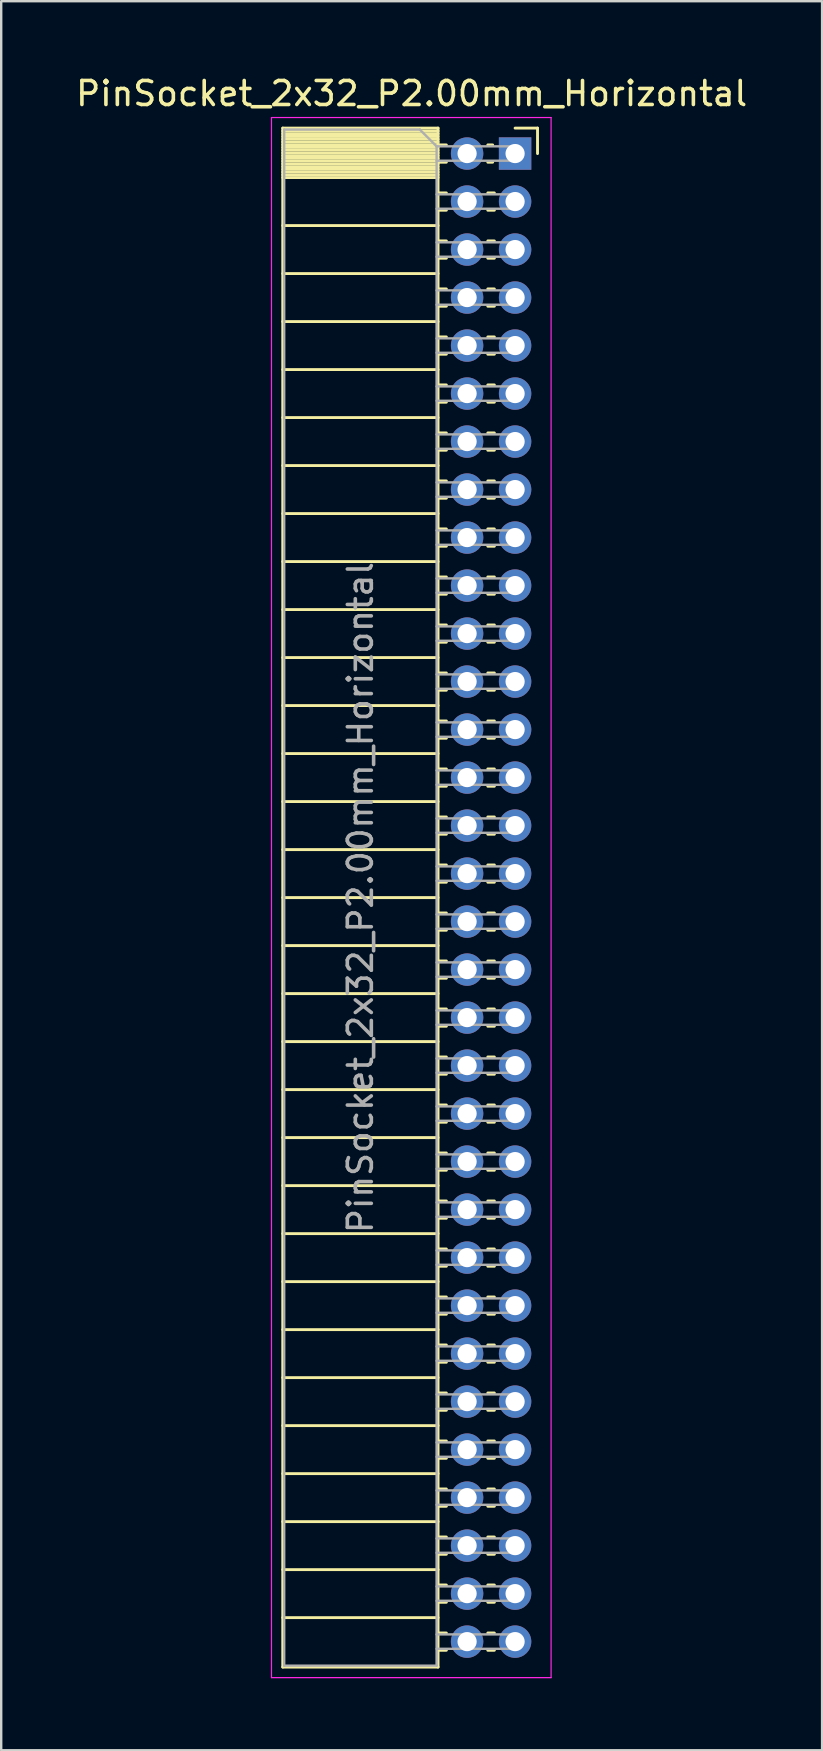
<source format=kicad_pcb>
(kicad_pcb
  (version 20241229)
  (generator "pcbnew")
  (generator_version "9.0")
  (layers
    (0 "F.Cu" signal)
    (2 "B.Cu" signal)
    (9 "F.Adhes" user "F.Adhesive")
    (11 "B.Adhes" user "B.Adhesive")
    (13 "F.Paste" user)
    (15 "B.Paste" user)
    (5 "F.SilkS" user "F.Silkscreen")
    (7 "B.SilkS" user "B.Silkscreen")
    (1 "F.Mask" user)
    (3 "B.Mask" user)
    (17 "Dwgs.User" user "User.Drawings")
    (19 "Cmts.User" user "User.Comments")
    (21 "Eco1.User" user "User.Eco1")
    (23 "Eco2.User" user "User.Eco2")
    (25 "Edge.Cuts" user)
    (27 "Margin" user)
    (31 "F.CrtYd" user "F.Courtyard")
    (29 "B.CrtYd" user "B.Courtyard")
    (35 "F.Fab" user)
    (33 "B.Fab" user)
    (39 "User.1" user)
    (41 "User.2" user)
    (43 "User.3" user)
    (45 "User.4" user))
  (footprint "PinSocket_2x32_P2.00mm_Horizontal"
    (layer "F.Cu")
    (at 18.411 3.348)
    (property "Reference" "PinSocket_2x32_P2.00mm_Horizontal" (at -4.31 -2.5 0) (layer "F.SilkS") (effects (font (size 1 1) (thickness 0.15))))
    (attr through_hole)
    (fp_line (start -9.68 -1.06) (end -9.68 63.06) (stroke (width 0.12) (type solid)) (layer "F.SilkS"))
    (fp_line (start -9.68 -1.06) (end -3.21 -1.06) (stroke (width 0.12) (type solid)) (layer "F.SilkS"))
    (fp_line (start -9.68 -0.94) (end -3.21 -0.94) (stroke (width 0.12) (type solid)) (layer "F.SilkS"))
    (fp_line (start -9.68 -0.826) (end -3.21 -0.826) (stroke (width 0.12) (type solid)) (layer "F.SilkS"))
    (fp_line (start -9.68 -0.712) (end -3.21 -0.712) (stroke (width 0.12) (type solid)) (layer "F.SilkS"))
    (fp_line (start -9.68 -0.598) (end -3.21 -0.598) (stroke (width 0.12) (type solid)) (layer "F.SilkS"))
    (fp_line (start -9.68 -0.484) (end -3.21 -0.484) (stroke (width 0.12) (type solid)) (layer "F.SilkS"))
    (fp_line (start -9.68 -0.369) (end -3.21 -0.369) (stroke (width 0.12) (type solid)) (layer "F.SilkS"))
    (fp_line (start -9.68 -0.255) (end -3.21 -0.255) (stroke (width 0.12) (type solid)) (layer "F.SilkS"))
    (fp_line (start -9.68 -0.141) (end -3.21 -0.141) (stroke (width 0.12) (type solid)) (layer "F.SilkS"))
    (fp_line (start -9.68 -0.027) (end -3.21 -0.027) (stroke (width 0.12) (type solid)) (layer "F.SilkS"))
    (fp_line (start -9.68 0.087) (end -3.21 0.087) (stroke (width 0.12) (type solid)) (layer "F.SilkS"))
    (fp_line (start -9.68 0.201) (end -3.21 0.201) (stroke (width 0.12) (type solid)) (layer "F.SilkS"))
    (fp_line (start -9.68 0.315) (end -3.21 0.315) (stroke (width 0.12) (type solid)) (layer "F.SilkS"))
    (fp_line (start -9.68 0.429) (end -3.21 0.429) (stroke (width 0.12) (type solid)) (layer "F.SilkS"))
    (fp_line (start -9.68 0.544) (end -3.21 0.544) (stroke (width 0.12) (type solid)) (layer "F.SilkS"))
    (fp_line (start -9.68 0.658) (end -3.21 0.658) (stroke (width 0.12) (type solid)) (layer "F.SilkS"))
    (fp_line (start -9.68 0.772) (end -3.21 0.772) (stroke (width 0.12) (type solid)) (layer "F.SilkS"))
    (fp_line (start -9.68 0.886) (end -3.21 0.886) (stroke (width 0.12) (type solid)) (layer "F.SilkS"))
    (fp_line (start -9.68 1) (end -3.21 1) (stroke (width 0.12) (type solid)) (layer "F.SilkS"))
    (fp_line (start -9.68 3) (end -3.21 3) (stroke (width 0.12) (type solid)) (layer "F.SilkS"))
    (fp_line (start -9.68 5) (end -3.21 5) (stroke (width 0.12) (type solid)) (layer "F.SilkS"))
    (fp_line (start -9.68 7) (end -3.21 7) (stroke (width 0.12) (type solid)) (layer "F.SilkS"))
    (fp_line (start -9.68 9) (end -3.21 9) (stroke (width 0.12) (type solid)) (layer "F.SilkS"))
    (fp_line (start -9.68 11) (end -3.21 11) (stroke (width 0.12) (type solid)) (layer "F.SilkS"))
    (fp_line (start -9.68 13) (end -3.21 13) (stroke (width 0.12) (type solid)) (layer "F.SilkS"))
    (fp_line (start -9.68 15) (end -3.21 15) (stroke (width 0.12) (type solid)) (layer "F.SilkS"))
    (fp_line (start -9.68 17) (end -3.21 17) (stroke (width 0.12) (type solid)) (layer "F.SilkS"))
    (fp_line (start -9.68 19) (end -3.21 19) (stroke (width 0.12) (type solid)) (layer "F.SilkS"))
    (fp_line (start -9.68 21) (end -3.21 21) (stroke (width 0.12) (type solid)) (layer "F.SilkS"))
    (fp_line (start -9.68 23) (end -3.21 23) (stroke (width 0.12) (type solid)) (layer "F.SilkS"))
    (fp_line (start -9.68 25) (end -3.21 25) (stroke (width 0.12) (type solid)) (layer "F.SilkS"))
    (fp_line (start -9.68 27) (end -3.21 27) (stroke (width 0.12) (type solid)) (layer "F.SilkS"))
    (fp_line (start -9.68 29) (end -3.21 29) (stroke (width 0.12) (type solid)) (layer "F.SilkS"))
    (fp_line (start -9.68 31) (end -3.21 31) (stroke (width 0.12) (type solid)) (layer "F.SilkS"))
    (fp_line (start -9.68 33) (end -3.21 33) (stroke (width 0.12) (type solid)) (layer "F.SilkS"))
    (fp_line (start -9.68 35) (end -3.21 35) (stroke (width 0.12) (type solid)) (layer "F.SilkS"))
    (fp_line (start -9.68 37) (end -3.21 37) (stroke (width 0.12) (type solid)) (layer "F.SilkS"))
    (fp_line (start -9.68 39) (end -3.21 39) (stroke (width 0.12) (type solid)) (layer "F.SilkS"))
    (fp_line (start -9.68 41) (end -3.21 41) (stroke (width 0.12) (type solid)) (layer "F.SilkS"))
    (fp_line (start -9.68 43) (end -3.21 43) (stroke (width 0.12) (type solid)) (layer "F.SilkS"))
    (fp_line (start -9.68 45) (end -3.21 45) (stroke (width 0.12) (type solid)) (layer "F.SilkS"))
    (fp_line (start -9.68 47) (end -3.21 47) (stroke (width 0.12) (type solid)) (layer "F.SilkS"))
    (fp_line (start -9.68 49) (end -3.21 49) (stroke (width 0.12) (type solid)) (layer "F.SilkS"))
    (fp_line (start -9.68 51) (end -3.21 51) (stroke (width 0.12) (type solid)) (layer "F.SilkS"))
    (fp_line (start -9.68 53) (end -3.21 53) (stroke (width 0.12) (type solid)) (layer "F.SilkS"))
    (fp_line (start -9.68 55) (end -3.21 55) (stroke (width 0.12) (type solid)) (layer "F.SilkS"))
    (fp_line (start -9.68 57) (end -3.21 57) (stroke (width 0.12) (type solid)) (layer "F.SilkS"))
    (fp_line (start -9.68 59) (end -3.21 59) (stroke (width 0.12) (type solid)) (layer "F.SilkS"))
    (fp_line (start -9.68 61) (end -3.21 61) (stroke (width 0.12) (type solid)) (layer "F.SilkS"))
    (fp_line (start -9.68 63.06) (end -3.21 63.06) (stroke (width 0.12) (type solid)) (layer "F.SilkS"))
    (fp_line (start -3.21 -1.06) (end -3.21 63.06) (stroke (width 0.12) (type solid)) (layer "F.SilkS"))
    (fp_line (start -3.21 -0.36) (end -2.863 -0.36) (stroke (width 0.12) (type solid)) (layer "F.SilkS"))
    (fp_line (start -3.21 0.36) (end -2.863 0.36) (stroke (width 0.12) (type solid)) (layer "F.SilkS"))
    (fp_line (start -3.21 1.64) (end -2.863 1.64) (stroke (width 0.12) (type solid)) (layer "F.SilkS"))
    (fp_line (start -3.21 2.36) (end -2.863 2.36) (stroke (width 0.12) (type solid)) (layer "F.SilkS"))
    (fp_line (start -3.21 3.64) (end -2.863 3.64) (stroke (width 0.12) (type solid)) (layer "F.SilkS"))
    (fp_line (start -3.21 4.36) (end -2.863 4.36) (stroke (width 0.12) (type solid)) (layer "F.SilkS"))
    (fp_line (start -3.21 5.64) (end -2.863 5.64) (stroke (width 0.12) (type solid)) (layer "F.SilkS"))
    (fp_line (start -3.21 6.36) (end -2.863 6.36) (stroke (width 0.12) (type solid)) (layer "F.SilkS"))
    (fp_line (start -3.21 7.64) (end -2.863 7.64) (stroke (width 0.12) (type solid)) (layer "F.SilkS"))
    (fp_line (start -3.21 8.36) (end -2.863 8.36) (stroke (width 0.12) (type solid)) (layer "F.SilkS"))
    (fp_line (start -3.21 9.64) (end -2.863 9.64) (stroke (width 0.12) (type solid)) (layer "F.SilkS"))
    (fp_line (start -3.21 10.36) (end -2.863 10.36) (stroke (width 0.12) (type solid)) (layer "F.SilkS"))
    (fp_line (start -3.21 11.64) (end -2.863 11.64) (stroke (width 0.12) (type solid)) (layer "F.SilkS"))
    (fp_line (start -3.21 12.36) (end -2.863 12.36) (stroke (width 0.12) (type solid)) (layer "F.SilkS"))
    (fp_line (start -3.21 13.64) (end -2.863 13.64) (stroke (width 0.12) (type solid)) (layer "F.SilkS"))
    (fp_line (start -3.21 14.36) (end -2.863 14.36) (stroke (width 0.12) (type solid)) (layer "F.SilkS"))
    (fp_line (start -3.21 15.64) (end -2.863 15.64) (stroke (width 0.12) (type solid)) (layer "F.SilkS"))
    (fp_line (start -3.21 16.36) (end -2.863 16.36) (stroke (width 0.12) (type solid)) (layer "F.SilkS"))
    (fp_line (start -3.21 17.64) (end -2.863 17.64) (stroke (width 0.12) (type solid)) (layer "F.SilkS"))
    (fp_line (start -3.21 18.36) (end -2.863 18.36) (stroke (width 0.12) (type solid)) (layer "F.SilkS"))
    (fp_line (start -3.21 19.64) (end -2.863 19.64) (stroke (width 0.12) (type solid)) (layer "F.SilkS"))
    (fp_line (start -3.21 20.36) (end -2.863 20.36) (stroke (width 0.12) (type solid)) (layer "F.SilkS"))
    (fp_line (start -3.21 21.64) (end -2.863 21.64) (stroke (width 0.12) (type solid)) (layer "F.SilkS"))
    (fp_line (start -3.21 22.36) (end -2.863 22.36) (stroke (width 0.12) (type solid)) (layer "F.SilkS"))
    (fp_line (start -3.21 23.64) (end -2.863 23.64) (stroke (width 0.12) (type solid)) (layer "F.SilkS"))
    (fp_line (start -3.21 24.36) (end -2.863 24.36) (stroke (width 0.12) (type solid)) (layer "F.SilkS"))
    (fp_line (start -3.21 25.64) (end -2.863 25.64) (stroke (width 0.12) (type solid)) (layer "F.SilkS"))
    (fp_line (start -3.21 26.36) (end -2.863 26.36) (stroke (width 0.12) (type solid)) (layer "F.SilkS"))
    (fp_line (start -3.21 27.64) (end -2.863 27.64) (stroke (width 0.12) (type solid)) (layer "F.SilkS"))
    (fp_line (start -3.21 28.36) (end -2.863 28.36) (stroke (width 0.12) (type solid)) (layer "F.SilkS"))
    (fp_line (start -3.21 29.64) (end -2.863 29.64) (stroke (width 0.12) (type solid)) (layer "F.SilkS"))
    (fp_line (start -3.21 30.36) (end -2.863 30.36) (stroke (width 0.12) (type solid)) (layer "F.SilkS"))
    (fp_line (start -3.21 31.64) (end -2.863 31.64) (stroke (width 0.12) (type solid)) (layer "F.SilkS"))
    (fp_line (start -3.21 32.36) (end -2.863 32.36) (stroke (width 0.12) (type solid)) (layer "F.SilkS"))
    (fp_line (start -3.21 33.64) (end -2.863 33.64) (stroke (width 0.12) (type solid)) (layer "F.SilkS"))
    (fp_line (start -3.21 34.36) (end -2.863 34.36) (stroke (width 0.12) (type solid)) (layer "F.SilkS"))
    (fp_line (start -3.21 35.64) (end -2.863 35.64) (stroke (width 0.12) (type solid)) (layer "F.SilkS"))
    (fp_line (start -3.21 36.36) (end -2.863 36.36) (stroke (width 0.12) (type solid)) (layer "F.SilkS"))
    (fp_line (start -3.21 37.64) (end -2.863 37.64) (stroke (width 0.12) (type solid)) (layer "F.SilkS"))
    (fp_line (start -3.21 38.36) (end -2.863 38.36) (stroke (width 0.12) (type solid)) (layer "F.SilkS"))
    (fp_line (start -3.21 39.64) (end -2.863 39.64) (stroke (width 0.12) (type solid)) (layer "F.SilkS"))
    (fp_line (start -3.21 40.36) (end -2.863 40.36) (stroke (width 0.12) (type solid)) (layer "F.SilkS"))
    (fp_line (start -3.21 41.64) (end -2.863 41.64) (stroke (width 0.12) (type solid)) (layer "F.SilkS"))
    (fp_line (start -3.21 42.36) (end -2.863 42.36) (stroke (width 0.12) (type solid)) (layer "F.SilkS"))
    (fp_line (start -3.21 43.64) (end -2.863 43.64) (stroke (width 0.12) (type solid)) (layer "F.SilkS"))
    (fp_line (start -3.21 44.36) (end -2.863 44.36) (stroke (width 0.12) (type solid)) (layer "F.SilkS"))
    (fp_line (start -3.21 45.64) (end -2.863 45.64) (stroke (width 0.12) (type solid)) (layer "F.SilkS"))
    (fp_line (start -3.21 46.36) (end -2.863 46.36) (stroke (width 0.12) (type solid)) (layer "F.SilkS"))
    (fp_line (start -3.21 47.64) (end -2.863 47.64) (stroke (width 0.12) (type solid)) (layer "F.SilkS"))
    (fp_line (start -3.21 48.36) (end -2.863 48.36) (stroke (width 0.12) (type solid)) (layer "F.SilkS"))
    (fp_line (start -3.21 49.64) (end -2.863 49.64) (stroke (width 0.12) (type solid)) (layer "F.SilkS"))
    (fp_line (start -3.21 50.36) (end -2.863 50.36) (stroke (width 0.12) (type solid)) (layer "F.SilkS"))
    (fp_line (start -3.21 51.64) (end -2.863 51.64) (stroke (width 0.12) (type solid)) (layer "F.SilkS"))
    (fp_line (start -3.21 52.36) (end -2.863 52.36) (stroke (width 0.12) (type solid)) (layer "F.SilkS"))
    (fp_line (start -3.21 53.64) (end -2.863 53.64) (stroke (width 0.12) (type solid)) (layer "F.SilkS"))
    (fp_line (start -3.21 54.36) (end -2.863 54.36) (stroke (width 0.12) (type solid)) (layer "F.SilkS"))
    (fp_line (start -3.21 55.64) (end -2.863 55.64) (stroke (width 0.12) (type solid)) (layer "F.SilkS"))
    (fp_line (start -3.21 56.36) (end -2.863 56.36) (stroke (width 0.12) (type solid)) (layer "F.SilkS"))
    (fp_line (start -3.21 57.64) (end -2.863 57.64) (stroke (width 0.12) (type solid)) (layer "F.SilkS"))
    (fp_line (start -3.21 58.36) (end -2.863 58.36) (stroke (width 0.12) (type solid)) (layer "F.SilkS"))
    (fp_line (start -3.21 59.64) (end -2.863 59.64) (stroke (width 0.12) (type solid)) (layer "F.SilkS"))
    (fp_line (start -3.21 60.36) (end -2.863 60.36) (stroke (width 0.12) (type solid)) (layer "F.SilkS"))
    (fp_line (start -3.21 61.64) (end -2.863 61.64) (stroke (width 0.12) (type solid)) (layer "F.SilkS"))
    (fp_line (start -3.21 62.36) (end -2.863 62.36) (stroke (width 0.12) (type solid)) (layer "F.SilkS"))
    (fp_line (start -1.137 -0.36) (end -0.935 -0.36) (stroke (width 0.12) (type solid)) (layer "F.SilkS"))
    (fp_line (start -1.137 0.36) (end -0.935 0.36) (stroke (width 0.12) (type solid)) (layer "F.SilkS"))
    (fp_line (start -1.137 1.64) (end -0.863 1.64) (stroke (width 0.12) (type solid)) (layer "F.SilkS"))
    (fp_line (start -1.137 2.36) (end -0.863 2.36) (stroke (width 0.12) (type solid)) (layer "F.SilkS"))
    (fp_line (start -1.137 3.64) (end -0.863 3.64) (stroke (width 0.12) (type solid)) (layer "F.SilkS"))
    (fp_line (start -1.137 4.36) (end -0.863 4.36) (stroke (width 0.12) (type solid)) (layer "F.SilkS"))
    (fp_line (start -1.137 5.64) (end -0.863 5.64) (stroke (width 0.12) (type solid)) (layer "F.SilkS"))
    (fp_line (start -1.137 6.36) (end -0.863 6.36) (stroke (width 0.12) (type solid)) (layer "F.SilkS"))
    (fp_line (start -1.137 7.64) (end -0.863 7.64) (stroke (width 0.12) (type solid)) (layer "F.SilkS"))
    (fp_line (start -1.137 8.36) (end -0.863 8.36) (stroke (width 0.12) (type solid)) (layer "F.SilkS"))
    (fp_line (start -1.137 9.64) (end -0.863 9.64) (stroke (width 0.12) (type solid)) (layer "F.SilkS"))
    (fp_line (start -1.137 10.36) (end -0.863 10.36) (stroke (width 0.12) (type solid)) (layer "F.SilkS"))
    (fp_line (start -1.137 11.64) (end -0.863 11.64) (stroke (width 0.12) (type solid)) (layer "F.SilkS"))
    (fp_line (start -1.137 12.36) (end -0.863 12.36) (stroke (width 0.12) (type solid)) (layer "F.SilkS"))
    (fp_line (start -1.137 13.64) (end -0.863 13.64) (stroke (width 0.12) (type solid)) (layer "F.SilkS"))
    (fp_line (start -1.137 14.36) (end -0.863 14.36) (stroke (width 0.12) (type solid)) (layer "F.SilkS"))
    (fp_line (start -1.137 15.64) (end -0.863 15.64) (stroke (width 0.12) (type solid)) (layer "F.SilkS"))
    (fp_line (start -1.137 16.36) (end -0.863 16.36) (stroke (width 0.12) (type solid)) (layer "F.SilkS"))
    (fp_line (start -1.137 17.64) (end -0.863 17.64) (stroke (width 0.12) (type solid)) (layer "F.SilkS"))
    (fp_line (start -1.137 18.36) (end -0.863 18.36) (stroke (width 0.12) (type solid)) (layer "F.SilkS"))
    (fp_line (start -1.137 19.64) (end -0.863 19.64) (stroke (width 0.12) (type solid)) (layer "F.SilkS"))
    (fp_line (start -1.137 20.36) (end -0.863 20.36) (stroke (width 0.12) (type solid)) (layer "F.SilkS"))
    (fp_line (start -1.137 21.64) (end -0.863 21.64) (stroke (width 0.12) (type solid)) (layer "F.SilkS"))
    (fp_line (start -1.137 22.36) (end -0.863 22.36) (stroke (width 0.12) (type solid)) (layer "F.SilkS"))
    (fp_line (start -1.137 23.64) (end -0.863 23.64) (stroke (width 0.12) (type solid)) (layer "F.SilkS"))
    (fp_line (start -1.137 24.36) (end -0.863 24.36) (stroke (width 0.12) (type solid)) (layer "F.SilkS"))
    (fp_line (start -1.137 25.64) (end -0.863 25.64) (stroke (width 0.12) (type solid)) (layer "F.SilkS"))
    (fp_line (start -1.137 26.36) (end -0.863 26.36) (stroke (width 0.12) (type solid)) (layer "F.SilkS"))
    (fp_line (start -1.137 27.64) (end -0.863 27.64) (stroke (width 0.12) (type solid)) (layer "F.SilkS"))
    (fp_line (start -1.137 28.36) (end -0.863 28.36) (stroke (width 0.12) (type solid)) (layer "F.SilkS"))
    (fp_line (start -1.137 29.64) (end -0.863 29.64) (stroke (width 0.12) (type solid)) (layer "F.SilkS"))
    (fp_line (start -1.137 30.36) (end -0.863 30.36) (stroke (width 0.12) (type solid)) (layer "F.SilkS"))
    (fp_line (start -1.137 31.64) (end -0.863 31.64) (stroke (width 0.12) (type solid)) (layer "F.SilkS"))
    (fp_line (start -1.137 32.36) (end -0.863 32.36) (stroke (width 0.12) (type solid)) (layer "F.SilkS"))
    (fp_line (start -1.137 33.64) (end -0.863 33.64) (stroke (width 0.12) (type solid)) (layer "F.SilkS"))
    (fp_line (start -1.137 34.36) (end -0.863 34.36) (stroke (width 0.12) (type solid)) (layer "F.SilkS"))
    (fp_line (start -1.137 35.64) (end -0.863 35.64) (stroke (width 0.12) (type solid)) (layer "F.SilkS"))
    (fp_line (start -1.137 36.36) (end -0.863 36.36) (stroke (width 0.12) (type solid)) (layer "F.SilkS"))
    (fp_line (start -1.137 37.64) (end -0.863 37.64) (stroke (width 0.12) (type solid)) (layer "F.SilkS"))
    (fp_line (start -1.137 38.36) (end -0.863 38.36) (stroke (width 0.12) (type solid)) (layer "F.SilkS"))
    (fp_line (start -1.137 39.64) (end -0.863 39.64) (stroke (width 0.12) (type solid)) (layer "F.SilkS"))
    (fp_line (start -1.137 40.36) (end -0.863 40.36) (stroke (width 0.12) (type solid)) (layer "F.SilkS"))
    (fp_line (start -1.137 41.64) (end -0.863 41.64) (stroke (width 0.12) (type solid)) (layer "F.SilkS"))
    (fp_line (start -1.137 42.36) (end -0.863 42.36) (stroke (width 0.12) (type solid)) (layer "F.SilkS"))
    (fp_line (start -1.137 43.64) (end -0.863 43.64) (stroke (width 0.12) (type solid)) (layer "F.SilkS"))
    (fp_line (start -1.137 44.36) (end -0.863 44.36) (stroke (width 0.12) (type solid)) (layer "F.SilkS"))
    (fp_line (start -1.137 45.64) (end -0.863 45.64) (stroke (width 0.12) (type solid)) (layer "F.SilkS"))
    (fp_line (start -1.137 46.36) (end -0.863 46.36) (stroke (width 0.12) (type solid)) (layer "F.SilkS"))
    (fp_line (start -1.137 47.64) (end -0.863 47.64) (stroke (width 0.12) (type solid)) (layer "F.SilkS"))
    (fp_line (start -1.137 48.36) (end -0.863 48.36) (stroke (width 0.12) (type solid)) (layer "F.SilkS"))
    (fp_line (start -1.137 49.64) (end -0.863 49.64) (stroke (width 0.12) (type solid)) (layer "F.SilkS"))
    (fp_line (start -1.137 50.36) (end -0.863 50.36) (stroke (width 0.12) (type solid)) (layer "F.SilkS"))
    (fp_line (start -1.137 51.64) (end -0.863 51.64) (stroke (width 0.12) (type solid)) (layer "F.SilkS"))
    (fp_line (start -1.137 52.36) (end -0.863 52.36) (stroke (width 0.12) (type solid)) (layer "F.SilkS"))
    (fp_line (start -1.137 53.64) (end -0.863 53.64) (stroke (width 0.12) (type solid)) (layer "F.SilkS"))
    (fp_line (start -1.137 54.36) (end -0.863 54.36) (stroke (width 0.12) (type solid)) (layer "F.SilkS"))
    (fp_line (start -1.137 55.64) (end -0.863 55.64) (stroke (width 0.12) (type solid)) (layer "F.SilkS"))
    (fp_line (start -1.137 56.36) (end -0.863 56.36) (stroke (width 0.12) (type solid)) (layer "F.SilkS"))
    (fp_line (start -1.137 57.64) (end -0.863 57.64) (stroke (width 0.12) (type solid)) (layer "F.SilkS"))
    (fp_line (start -1.137 58.36) (end -0.863 58.36) (stroke (width 0.12) (type solid)) (layer "F.SilkS"))
    (fp_line (start -1.137 59.64) (end -0.863 59.64) (stroke (width 0.12) (type solid)) (layer "F.SilkS"))
    (fp_line (start -1.137 60.36) (end -0.863 60.36) (stroke (width 0.12) (type solid)) (layer "F.SilkS"))
    (fp_line (start -1.137 61.64) (end -0.863 61.64) (stroke (width 0.12) (type solid)) (layer "F.SilkS"))
    (fp_line (start -1.137 62.36) (end -0.863 62.36) (stroke (width 0.12) (type solid)) (layer "F.SilkS"))
    (fp_line (start 0 -1.06) (end 0.935 -1.06) (stroke (width 0.12) (type solid)) (layer "F.SilkS"))
    (fp_line (start 0.935 -1.06) (end 0.935 0) (stroke (width 0.12) (type solid)) (layer "F.SilkS"))
    (fp_line (start -10.15 -1.5) (end -10.15 63.5) (stroke (width 0.05) (type solid)) (layer "F.CrtYd"))
    (fp_line (start -10.15 63.5) (end 1.5 63.5) (stroke (width 0.05) (type solid)) (layer "F.CrtYd"))
    (fp_line (start 1.5 -1.5) (end -10.15 -1.5) (stroke (width 0.05) (type solid)) (layer "F.CrtYd"))
    (fp_line (start 1.5 63.5) (end 1.5 -1.5) (stroke (width 0.05) (type solid)) (layer "F.CrtYd"))
    (fp_line (start -9.62 -1) (end -3.97 -1) (stroke (width 0.1) (type solid)) (layer "F.Fab"))
    (fp_line (start -9.62 63) (end -9.62 -1) (stroke (width 0.1) (type solid)) (layer "F.Fab"))
    (fp_line (start -3.97 -1) (end -3.27 -0.3) (stroke (width 0.1) (type solid)) (layer "F.Fab"))
    (fp_line (start -3.27 -0.3) (end -3.27 63) (stroke (width 0.1) (type solid)) (layer "F.Fab"))
    (fp_line (start -3.27 0.3) (end 0 0.3) (stroke (width 0.1) (type solid)) (layer "F.Fab"))
    (fp_line (start -3.27 2.3) (end 0 2.3) (stroke (width 0.1) (type solid)) (layer "F.Fab"))
    (fp_line (start -3.27 4.3) (end 0 4.3) (stroke (width 0.1) (type solid)) (layer "F.Fab"))
    (fp_line (start -3.27 6.3) (end 0 6.3) (stroke (width 0.1) (type solid)) (layer "F.Fab"))
    (fp_line (start -3.27 8.3) (end 0 8.3) (stroke (width 0.1) (type solid)) (layer "F.Fab"))
    (fp_line (start -3.27 10.3) (end 0 10.3) (stroke (width 0.1) (type solid)) (layer "F.Fab"))
    (fp_line (start -3.27 12.3) (end 0 12.3) (stroke (width 0.1) (type solid)) (layer "F.Fab"))
    (fp_line (start -3.27 14.3) (end 0 14.3) (stroke (width 0.1) (type solid)) (layer "F.Fab"))
    (fp_line (start -3.27 16.3) (end 0 16.3) (stroke (width 0.1) (type solid)) (layer "F.Fab"))
    (fp_line (start -3.27 18.3) (end 0 18.3) (stroke (width 0.1) (type solid)) (layer "F.Fab"))
    (fp_line (start -3.27 20.3) (end 0 20.3) (stroke (width 0.1) (type solid)) (layer "F.Fab"))
    (fp_line (start -3.27 22.3) (end 0 22.3) (stroke (width 0.1) (type solid)) (layer "F.Fab"))
    (fp_line (start -3.27 24.3) (end 0 24.3) (stroke (width 0.1) (type solid)) (layer "F.Fab"))
    (fp_line (start -3.27 26.3) (end 0 26.3) (stroke (width 0.1) (type solid)) (layer "F.Fab"))
    (fp_line (start -3.27 28.3) (end 0 28.3) (stroke (width 0.1) (type solid)) (layer "F.Fab"))
    (fp_line (start -3.27 30.3) (end 0 30.3) (stroke (width 0.1) (type solid)) (layer "F.Fab"))
    (fp_line (start -3.27 32.3) (end 0 32.3) (stroke (width 0.1) (type solid)) (layer "F.Fab"))
    (fp_line (start -3.27 34.3) (end 0 34.3) (stroke (width 0.1) (type solid)) (layer "F.Fab"))
    (fp_line (start -3.27 36.3) (end 0 36.3) (stroke (width 0.1) (type solid)) (layer "F.Fab"))
    (fp_line (start -3.27 38.3) (end 0 38.3) (stroke (width 0.1) (type solid)) (layer "F.Fab"))
    (fp_line (start -3.27 40.3) (end 0 40.3) (stroke (width 0.1) (type solid)) (layer "F.Fab"))
    (fp_line (start -3.27 42.3) (end 0 42.3) (stroke (width 0.1) (type solid)) (layer "F.Fab"))
    (fp_line (start -3.27 44.3) (end 0 44.3) (stroke (width 0.1) (type solid)) (layer "F.Fab"))
    (fp_line (start -3.27 46.3) (end 0 46.3) (stroke (width 0.1) (type solid)) (layer "F.Fab"))
    (fp_line (start -3.27 48.3) (end 0 48.3) (stroke (width 0.1) (type solid)) (layer "F.Fab"))
    (fp_line (start -3.27 50.3) (end 0 50.3) (stroke (width 0.1) (type solid)) (layer "F.Fab"))
    (fp_line (start -3.27 52.3) (end 0 52.3) (stroke (width 0.1) (type solid)) (layer "F.Fab"))
    (fp_line (start -3.27 54.3) (end 0 54.3) (stroke (width 0.1) (type solid)) (layer "F.Fab"))
    (fp_line (start -3.27 56.3) (end 0 56.3) (stroke (width 0.1) (type solid)) (layer "F.Fab"))
    (fp_line (start -3.27 58.3) (end 0 58.3) (stroke (width 0.1) (type solid)) (layer "F.Fab"))
    (fp_line (start -3.27 60.3) (end 0 60.3) (stroke (width 0.1) (type solid)) (layer "F.Fab"))
    (fp_line (start -3.27 62.3) (end 0 62.3) (stroke (width 0.1) (type solid)) (layer "F.Fab"))
    (fp_line (start -3.27 63) (end -9.62 63) (stroke (width 0.1) (type solid)) (layer "F.Fab"))
    (fp_line (start 0 -0.3) (end -3.27 -0.3) (stroke (width 0.1) (type solid)) (layer "F.Fab"))
    (fp_line (start 0 0.3) (end 0 -0.3) (stroke (width 0.1) (type solid)) (layer "F.Fab"))
    (fp_line (start 0 1.7) (end -3.27 1.7) (stroke (width 0.1) (type solid)) (layer "F.Fab"))
    (fp_line (start 0 2.3) (end 0 1.7) (stroke (width 0.1) (type solid)) (layer "F.Fab"))
    (fp_line (start 0 3.7) (end -3.27 3.7) (stroke (width 0.1) (type solid)) (layer "F.Fab"))
    (fp_line (start 0 4.3) (end 0 3.7) (stroke (width 0.1) (type solid)) (layer "F.Fab"))
    (fp_line (start 0 5.7) (end -3.27 5.7) (stroke (width 0.1) (type solid)) (layer "F.Fab"))
    (fp_line (start 0 6.3) (end 0 5.7) (stroke (width 0.1) (type solid)) (layer "F.Fab"))
    (fp_line (start 0 7.7) (end -3.27 7.7) (stroke (width 0.1) (type solid)) (layer "F.Fab"))
    (fp_line (start 0 8.3) (end 0 7.7) (stroke (width 0.1) (type solid)) (layer "F.Fab"))
    (fp_line (start 0 9.7) (end -3.27 9.7) (stroke (width 0.1) (type solid)) (layer "F.Fab"))
    (fp_line (start 0 10.3) (end 0 9.7) (stroke (width 0.1) (type solid)) (layer "F.Fab"))
    (fp_line (start 0 11.7) (end -3.27 11.7) (stroke (width 0.1) (type solid)) (layer "F.Fab"))
    (fp_line (start 0 12.3) (end 0 11.7) (stroke (width 0.1) (type solid)) (layer "F.Fab"))
    (fp_line (start 0 13.7) (end -3.27 13.7) (stroke (width 0.1) (type solid)) (layer "F.Fab"))
    (fp_line (start 0 14.3) (end 0 13.7) (stroke (width 0.1) (type solid)) (layer "F.Fab"))
    (fp_line (start 0 15.7) (end -3.27 15.7) (stroke (width 0.1) (type solid)) (layer "F.Fab"))
    (fp_line (start 0 16.3) (end 0 15.7) (stroke (width 0.1) (type solid)) (layer "F.Fab"))
    (fp_line (start 0 17.7) (end -3.27 17.7) (stroke (width 0.1) (type solid)) (layer "F.Fab"))
    (fp_line (start 0 18.3) (end 0 17.7) (stroke (width 0.1) (type solid)) (layer "F.Fab"))
    (fp_line (start 0 19.7) (end -3.27 19.7) (stroke (width 0.1) (type solid)) (layer "F.Fab"))
    (fp_line (start 0 20.3) (end 0 19.7) (stroke (width 0.1) (type solid)) (layer "F.Fab"))
    (fp_line (start 0 21.7) (end -3.27 21.7) (stroke (width 0.1) (type solid)) (layer "F.Fab"))
    (fp_line (start 0 22.3) (end 0 21.7) (stroke (width 0.1) (type solid)) (layer "F.Fab"))
    (fp_line (start 0 23.7) (end -3.27 23.7) (stroke (width 0.1) (type solid)) (layer "F.Fab"))
    (fp_line (start 0 24.3) (end 0 23.7) (stroke (width 0.1) (type solid)) (layer "F.Fab"))
    (fp_line (start 0 25.7) (end -3.27 25.7) (stroke (width 0.1) (type solid)) (layer "F.Fab"))
    (fp_line (start 0 26.3) (end 0 25.7) (stroke (width 0.1) (type solid)) (layer "F.Fab"))
    (fp_line (start 0 27.7) (end -3.27 27.7) (stroke (width 0.1) (type solid)) (layer "F.Fab"))
    (fp_line (start 0 28.3) (end 0 27.7) (stroke (width 0.1) (type solid)) (layer "F.Fab"))
    (fp_line (start 0 29.7) (end -3.27 29.7) (stroke (width 0.1) (type solid)) (layer "F.Fab"))
    (fp_line (start 0 30.3) (end 0 29.7) (stroke (width 0.1) (type solid)) (layer "F.Fab"))
    (fp_line (start 0 31.7) (end -3.27 31.7) (stroke (width 0.1) (type solid)) (layer "F.Fab"))
    (fp_line (start 0 32.3) (end 0 31.7) (stroke (width 0.1) (type solid)) (layer "F.Fab"))
    (fp_line (start 0 33.7) (end -3.27 33.7) (stroke (width 0.1) (type solid)) (layer "F.Fab"))
    (fp_line (start 0 34.3) (end 0 33.7) (stroke (width 0.1) (type solid)) (layer "F.Fab"))
    (fp_line (start 0 35.7) (end -3.27 35.7) (stroke (width 0.1) (type solid)) (layer "F.Fab"))
    (fp_line (start 0 36.3) (end 0 35.7) (stroke (width 0.1) (type solid)) (layer "F.Fab"))
    (fp_line (start 0 37.7) (end -3.27 37.7) (stroke (width 0.1) (type solid)) (layer "F.Fab"))
    (fp_line (start 0 38.3) (end 0 37.7) (stroke (width 0.1) (type solid)) (layer "F.Fab"))
    (fp_line (start 0 39.7) (end -3.27 39.7) (stroke (width 0.1) (type solid)) (layer "F.Fab"))
    (fp_line (start 0 40.3) (end 0 39.7) (stroke (width 0.1) (type solid)) (layer "F.Fab"))
    (fp_line (start 0 41.7) (end -3.27 41.7) (stroke (width 0.1) (type solid)) (layer "F.Fab"))
    (fp_line (start 0 42.3) (end 0 41.7) (stroke (width 0.1) (type solid)) (layer "F.Fab"))
    (fp_line (start 0 43.7) (end -3.27 43.7) (stroke (width 0.1) (type solid)) (layer "F.Fab"))
    (fp_line (start 0 44.3) (end 0 43.7) (stroke (width 0.1) (type solid)) (layer "F.Fab"))
    (fp_line (start 0 45.7) (end -3.27 45.7) (stroke (width 0.1) (type solid)) (layer "F.Fab"))
    (fp_line (start 0 46.3) (end 0 45.7) (stroke (width 0.1) (type solid)) (layer "F.Fab"))
    (fp_line (start 0 47.7) (end -3.27 47.7) (stroke (width 0.1) (type solid)) (layer "F.Fab"))
    (fp_line (start 0 48.3) (end 0 47.7) (stroke (width 0.1) (type solid)) (layer "F.Fab"))
    (fp_line (start 0 49.7) (end -3.27 49.7) (stroke (width 0.1) (type solid)) (layer "F.Fab"))
    (fp_line (start 0 50.3) (end 0 49.7) (stroke (width 0.1) (type solid)) (layer "F.Fab"))
    (fp_line (start 0 51.7) (end -3.27 51.7) (stroke (width 0.1) (type solid)) (layer "F.Fab"))
    (fp_line (start 0 52.3) (end 0 51.7) (stroke (width 0.1) (type solid)) (layer "F.Fab"))
    (fp_line (start 0 53.7) (end -3.27 53.7) (stroke (width 0.1) (type solid)) (layer "F.Fab"))
    (fp_line (start 0 54.3) (end 0 53.7) (stroke (width 0.1) (type solid)) (layer "F.Fab"))
    (fp_line (start 0 55.7) (end -3.27 55.7) (stroke (width 0.1) (type solid)) (layer "F.Fab"))
    (fp_line (start 0 56.3) (end 0 55.7) (stroke (width 0.1) (type solid)) (layer "F.Fab"))
    (fp_line (start 0 57.7) (end -3.27 57.7) (stroke (width 0.1) (type solid)) (layer "F.Fab"))
    (fp_line (start 0 58.3) (end 0 57.7) (stroke (width 0.1) (type solid)) (layer "F.Fab"))
    (fp_line (start 0 59.7) (end -3.27 59.7) (stroke (width 0.1) (type solid)) (layer "F.Fab"))
    (fp_line (start 0 60.3) (end 0 59.7) (stroke (width 0.1) (type solid)) (layer "F.Fab"))
    (fp_line (start 0 61.7) (end -3.27 61.7) (stroke (width 0.1) (type solid)) (layer "F.Fab"))
    (fp_line (start 0 62.3) (end 0 61.7) (stroke (width 0.1) (type solid)) (layer "F.Fab"))
    (fp_text user "${REFERENCE}" (at -6.445 31 90) (layer "F.Fab") (effects (font (size 1 1) (thickness 0.15))))
    (pad "1" thru_hole rect (at 0 0) (size 1.35 1.35) (drill 0.8) (layers "*.Cu" "*.Mask"))
    (pad "2" thru_hole circle (at -2 0) (size 1.35 1.35) (drill 0.8) (layers "*.Cu" "*.Mask"))
    (pad "3" thru_hole circle (at 0 2) (size 1.35 1.35) (drill 0.8) (layers "*.Cu" "*.Mask"))
    (pad "4" thru_hole circle (at -2 2) (size 1.35 1.35) (drill 0.8) (layers "*.Cu" "*.Mask"))
    (pad "5" thru_hole circle (at 0 4) (size 1.35 1.35) (drill 0.8) (layers "*.Cu" "*.Mask"))
    (pad "6" thru_hole circle (at -2 4) (size 1.35 1.35) (drill 0.8) (layers "*.Cu" "*.Mask"))
    (pad "7" thru_hole circle (at 0 6) (size 1.35 1.35) (drill 0.8) (layers "*.Cu" "*.Mask"))
    (pad "8" thru_hole circle (at -2 6) (size 1.35 1.35) (drill 0.8) (layers "*.Cu" "*.Mask"))
    (pad "9" thru_hole circle (at 0 8) (size 1.35 1.35) (drill 0.8) (layers "*.Cu" "*.Mask"))
    (pad "10" thru_hole circle (at -2 8) (size 1.35 1.35) (drill 0.8) (layers "*.Cu" "*.Mask"))
    (pad "11" thru_hole circle (at 0 10) (size 1.35 1.35) (drill 0.8) (layers "*.Cu" "*.Mask"))
    (pad "12" thru_hole circle (at -2 10) (size 1.35 1.35) (drill 0.8) (layers "*.Cu" "*.Mask"))
    (pad "13" thru_hole circle (at 0 12) (size 1.35 1.35) (drill 0.8) (layers "*.Cu" "*.Mask"))
    (pad "14" thru_hole circle (at -2 12) (size 1.35 1.35) (drill 0.8) (layers "*.Cu" "*.Mask"))
    (pad "15" thru_hole circle (at 0 14) (size 1.35 1.35) (drill 0.8) (layers "*.Cu" "*.Mask"))
    (pad "16" thru_hole circle (at -2 14) (size 1.35 1.35) (drill 0.8) (layers "*.Cu" "*.Mask"))
    (pad "17" thru_hole circle (at 0 16) (size 1.35 1.35) (drill 0.8) (layers "*.Cu" "*.Mask"))
    (pad "18" thru_hole circle (at -2 16) (size 1.35 1.35) (drill 0.8) (layers "*.Cu" "*.Mask"))
    (pad "19" thru_hole circle (at 0 18) (size 1.35 1.35) (drill 0.8) (layers "*.Cu" "*.Mask"))
    (pad "20" thru_hole circle (at -2 18) (size 1.35 1.35) (drill 0.8) (layers "*.Cu" "*.Mask"))
    (pad "21" thru_hole circle (at 0 20) (size 1.35 1.35) (drill 0.8) (layers "*.Cu" "*.Mask"))
    (pad "22" thru_hole circle (at -2 20) (size 1.35 1.35) (drill 0.8) (layers "*.Cu" "*.Mask"))
    (pad "23" thru_hole circle (at 0 22) (size 1.35 1.35) (drill 0.8) (layers "*.Cu" "*.Mask"))
    (pad "24" thru_hole circle (at -2 22) (size 1.35 1.35) (drill 0.8) (layers "*.Cu" "*.Mask"))
    (pad "25" thru_hole circle (at 0 24) (size 1.35 1.35) (drill 0.8) (layers "*.Cu" "*.Mask"))
    (pad "26" thru_hole circle (at -2 24) (size 1.35 1.35) (drill 0.8) (layers "*.Cu" "*.Mask"))
    (pad "27" thru_hole circle (at 0 26) (size 1.35 1.35) (drill 0.8) (layers "*.Cu" "*.Mask"))
    (pad "28" thru_hole circle (at -2 26) (size 1.35 1.35) (drill 0.8) (layers "*.Cu" "*.Mask"))
    (pad "29" thru_hole circle (at 0 28) (size 1.35 1.35) (drill 0.8) (layers "*.Cu" "*.Mask"))
    (pad "30" thru_hole circle (at -2 28) (size 1.35 1.35) (drill 0.8) (layers "*.Cu" "*.Mask"))
    (pad "31" thru_hole circle (at 0 30) (size 1.35 1.35) (drill 0.8) (layers "*.Cu" "*.Mask"))
    (pad "32" thru_hole circle (at -2 30) (size 1.35 1.35) (drill 0.8) (layers "*.Cu" "*.Mask"))
    (pad "33" thru_hole circle (at 0 32) (size 1.35 1.35) (drill 0.8) (layers "*.Cu" "*.Mask"))
    (pad "34" thru_hole circle (at -2 32) (size 1.35 1.35) (drill 0.8) (layers "*.Cu" "*.Mask"))
    (pad "35" thru_hole circle (at 0 34) (size 1.35 1.35) (drill 0.8) (layers "*.Cu" "*.Mask"))
    (pad "36" thru_hole circle (at -2 34) (size 1.35 1.35) (drill 0.8) (layers "*.Cu" "*.Mask"))
    (pad "37" thru_hole circle (at 0 36) (size 1.35 1.35) (drill 0.8) (layers "*.Cu" "*.Mask"))
    (pad "38" thru_hole circle (at -2 36) (size 1.35 1.35) (drill 0.8) (layers "*.Cu" "*.Mask"))
    (pad "39" thru_hole circle (at 0 38) (size 1.35 1.35) (drill 0.8) (layers "*.Cu" "*.Mask"))
    (pad "40" thru_hole circle (at -2 38) (size 1.35 1.35) (drill 0.8) (layers "*.Cu" "*.Mask"))
    (pad "41" thru_hole circle (at 0 40) (size 1.35 1.35) (drill 0.8) (layers "*.Cu" "*.Mask"))
    (pad "42" thru_hole circle (at -2 40) (size 1.35 1.35) (drill 0.8) (layers "*.Cu" "*.Mask"))
    (pad "43" thru_hole circle (at 0 42) (size 1.35 1.35) (drill 0.8) (layers "*.Cu" "*.Mask"))
    (pad "44" thru_hole circle (at -2 42) (size 1.35 1.35) (drill 0.8) (layers "*.Cu" "*.Mask"))
    (pad "45" thru_hole circle (at 0 44) (size 1.35 1.35) (drill 0.8) (layers "*.Cu" "*.Mask"))
    (pad "46" thru_hole circle (at -2 44) (size 1.35 1.35) (drill 0.8) (layers "*.Cu" "*.Mask"))
    (pad "47" thru_hole circle (at 0 46) (size 1.35 1.35) (drill 0.8) (layers "*.Cu" "*.Mask"))
    (pad "48" thru_hole circle (at -2 46) (size 1.35 1.35) (drill 0.8) (layers "*.Cu" "*.Mask"))
    (pad "49" thru_hole circle (at 0 48) (size 1.35 1.35) (drill 0.8) (layers "*.Cu" "*.Mask"))
    (pad "50" thru_hole circle (at -2 48) (size 1.35 1.35) (drill 0.8) (layers "*.Cu" "*.Mask"))
    (pad "51" thru_hole circle (at 0 50) (size 1.35 1.35) (drill 0.8) (layers "*.Cu" "*.Mask"))
    (pad "52" thru_hole circle (at -2 50) (size 1.35 1.35) (drill 0.8) (layers "*.Cu" "*.Mask"))
    (pad "53" thru_hole circle (at 0 52) (size 1.35 1.35) (drill 0.8) (layers "*.Cu" "*.Mask"))
    (pad "54" thru_hole circle (at -2 52) (size 1.35 1.35) (drill 0.8) (layers "*.Cu" "*.Mask"))
    (pad "55" thru_hole circle (at 0 54) (size 1.35 1.35) (drill 0.8) (layers "*.Cu" "*.Mask"))
    (pad "56" thru_hole circle (at -2 54) (size 1.35 1.35) (drill 0.8) (layers "*.Cu" "*.Mask"))
    (pad "57" thru_hole circle (at 0 56) (size 1.35 1.35) (drill 0.8) (layers "*.Cu" "*.Mask"))
    (pad "58" thru_hole circle (at -2 56) (size 1.35 1.35) (drill 0.8) (layers "*.Cu" "*.Mask"))
    (pad "59" thru_hole circle (at 0 58) (size 1.35 1.35) (drill 0.8) (layers "*.Cu" "*.Mask"))
    (pad "60" thru_hole circle (at -2 58) (size 1.35 1.35) (drill 0.8) (layers "*.Cu" "*.Mask"))
    (pad "61" thru_hole circle (at 0 60) (size 1.35 1.35) (drill 0.8) (layers "*.Cu" "*.Mask"))
    (pad "62" thru_hole circle (at -2 60) (size 1.35 1.35) (drill 0.8) (layers "*.Cu" "*.Mask"))
    (pad "63" thru_hole circle (at 0 62) (size 1.35 1.35) (drill 0.8) (layers "*.Cu" "*.Mask"))
    (pad "64" thru_hole circle (at -2 62) (size 1.35 1.35) (drill 0.8) (layers "*.Cu" "*.Mask")))
  (gr_rect
    (start -3 -3)
    (end 31.202 69.873)
    (stroke (width 0.1) (type default))
    (fill no)
    (layer "Edge.Cuts")))
</source>
